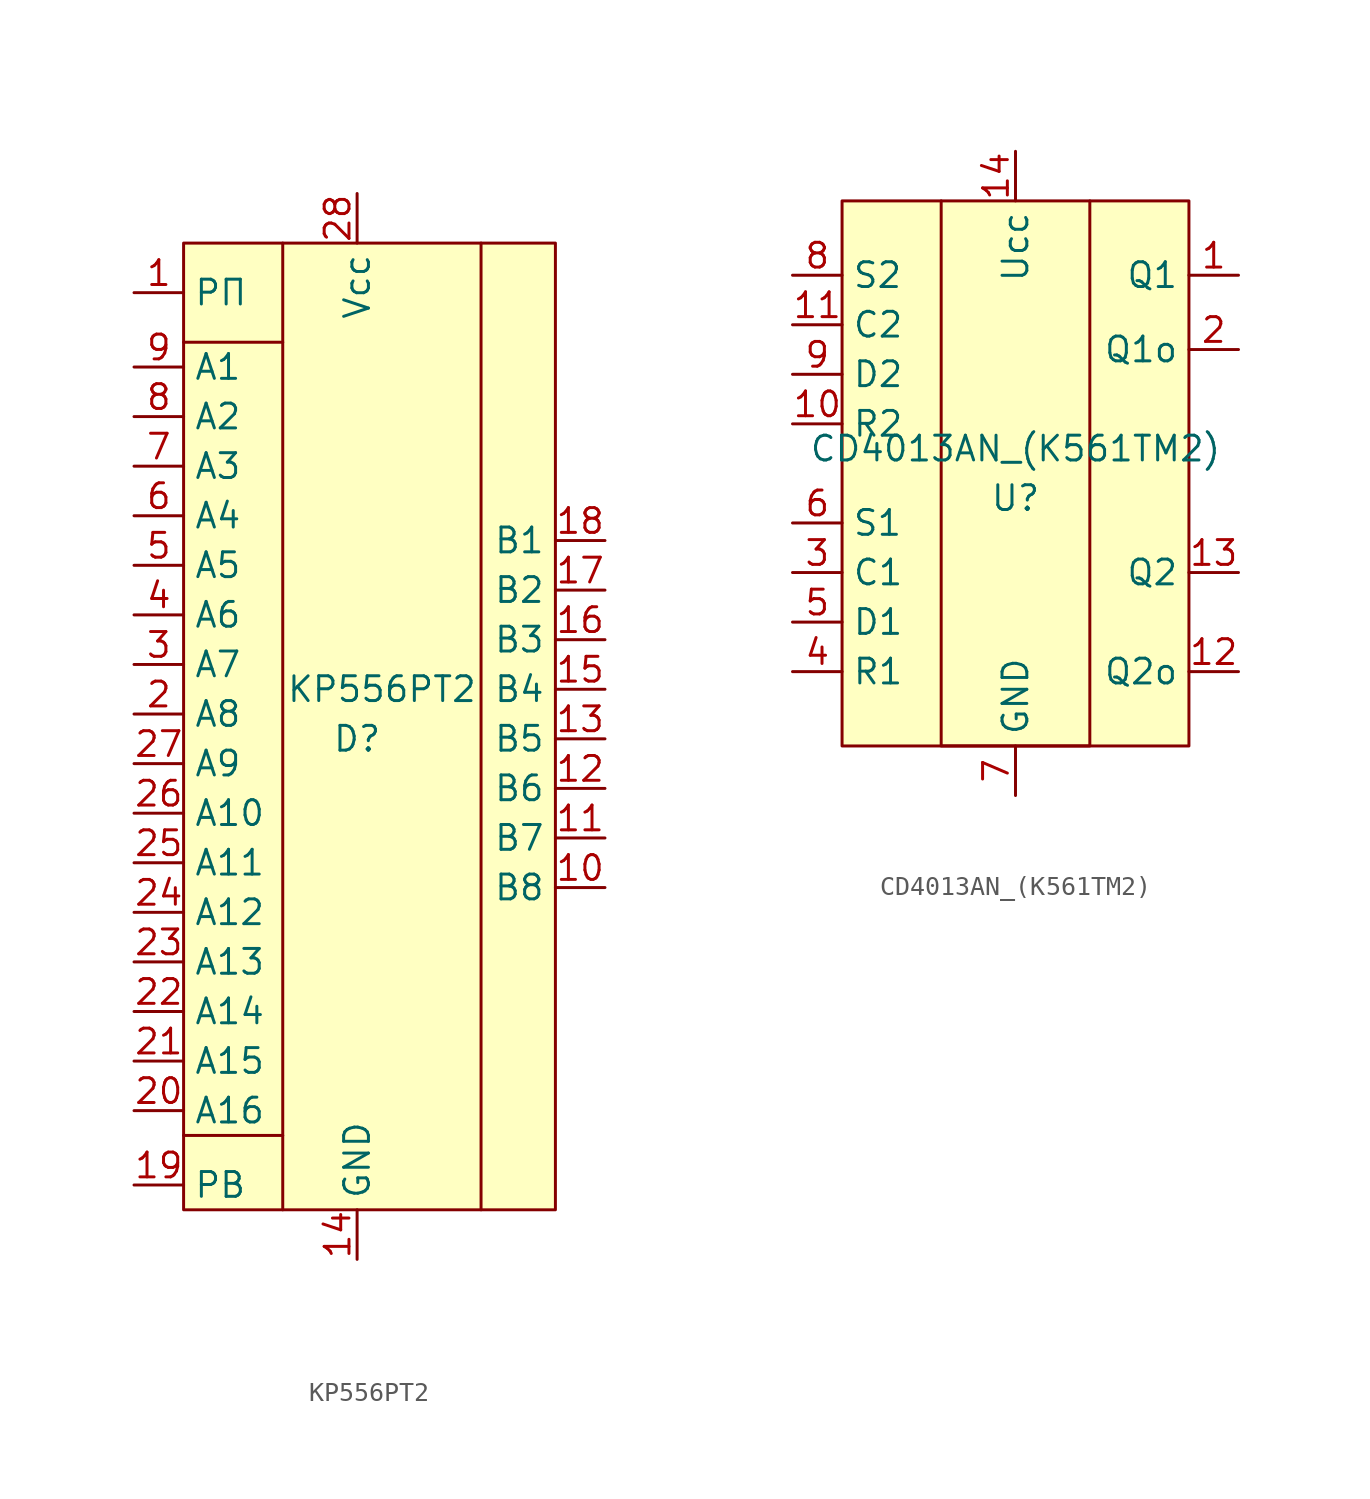
<source format=kicad_sym>
(kicad_symbol_lib
  (version 20211014)
  (generator kicad_symbol_editor)
  (symbol "КР556РТ2"
    (property "Reference" "D"
      (at 0 -1.27 0)
      (effects (font (size 1.27 1.27))))
    (property "Value" "КР556РТ2"
      (at 1.27 1.27 0)
      (effects (font (size 1.27 1.27))))
    (symbol "КР556РТ2_0_0"
      (pin input line (at -11.43 21.59 0) (length 2.54) (name "РП" (effects (font (size 1.27 1.27)))) (number "1" (effects (font (size 1.27 1.27)))))
      (pin output line (at 12.7 -8.89 180) (length 2.54) (name "В8" (effects (font (size 1.27 1.27)))) (number "10" (effects (font (size 1.27 1.27)))))
      (pin output line (at 12.7 -6.35 180) (length 2.54) (name "В7" (effects (font (size 1.27 1.27)))) (number "11" (effects (font (size 1.27 1.27)))))
      (pin output line (at 12.7 -3.81 180) (length 2.54) (name "В6" (effects (font (size 1.27 1.27)))) (number "12" (effects (font (size 1.27 1.27)))))
      (pin output line (at 12.7 -1.27 180) (length 2.54) (name "В5" (effects (font (size 1.27 1.27)))) (number "13" (effects (font (size 1.27 1.27)))))
      (pin power_in line (at 0 -27.94 90) (length 2.54) (name "GND" (effects (font (size 1.27 1.27)))) (number "14" (effects (font (size 1.27 1.27)))))
      (pin output line (at 12.7 1.27 180) (length 2.54) (name "В4" (effects (font (size 1.27 1.27)))) (number "15" (effects (font (size 1.27 1.27)))))
      (pin output line (at 12.7 3.81 180) (length 2.54) (name "В3" (effects (font (size 1.27 1.27)))) (number "16" (effects (font (size 1.27 1.27)))))
      (pin output line (at 12.7 6.35 180) (length 2.54) (name "В2" (effects (font (size 1.27 1.27)))) (number "17" (effects (font (size 1.27 1.27)))))
      (pin output line (at 12.7 8.89 180) (length 2.54) (name "В1" (effects (font (size 1.27 1.27)))) (number "18" (effects (font (size 1.27 1.27)))))
      (pin input line (at -11.43 -24.13 0) (length 2.54) (name "РВ" (effects (font (size 1.27 1.27)))) (number "19" (effects (font (size 1.27 1.27)))))
      (pin input line (at -11.43 0 0) (length 2.54) (name "А8" (effects (font (size 1.27 1.27)))) (number "2" (effects (font (size 1.27 1.27)))))
      (pin input line (at -11.43 -20.32 0) (length 2.54) (name "А16" (effects (font (size 1.27 1.27)))) (number "20" (effects (font (size 1.27 1.27)))))
      (pin input line (at -11.43 -17.78 0) (length 2.54) (name "А15" (effects (font (size 1.27 1.27)))) (number "21" (effects (font (size 1.27 1.27)))))
      (pin input line (at -11.43 -15.24 0) (length 2.54) (name "А14" (effects (font (size 1.27 1.27)))) (number "22" (effects (font (size 1.27 1.27)))))
      (pin input line (at -11.43 -12.7 0) (length 2.54) (name "А13" (effects (font (size 1.27 1.27)))) (number "23" (effects (font (size 1.27 1.27)))))
      (pin input line (at -11.43 -10.16 0) (length 2.54) (name "А12" (effects (font (size 1.27 1.27)))) (number "24" (effects (font (size 1.27 1.27)))))
      (pin input line (at -11.43 -7.62 0) (length 2.54) (name "А11" (effects (font (size 1.27 1.27)))) (number "25" (effects (font (size 1.27 1.27)))))
      (pin input line (at -11.43 -5.08 0) (length 2.54) (name "А10" (effects (font (size 1.27 1.27)))) (number "26" (effects (font (size 1.27 1.27)))))
      (pin input line (at -11.43 -2.54 0) (length 2.54) (name "А9" (effects (font (size 1.27 1.27)))) (number "27" (effects (font (size 1.27 1.27)))))
      (pin power_in line (at 0 26.67 270) (length 2.54) (name "Vcc" (effects (font (size 1.27 1.27)))) (number "28" (effects (font (size 1.27 1.27)))))
      (pin input line (at -11.43 2.54 0) (length 2.54) (name "А7" (effects (font (size 1.27 1.27)))) (number "3" (effects (font (size 1.27 1.27)))))
      (pin input line (at -11.43 5.08 0) (length 2.54) (name "А6" (effects (font (size 1.27 1.27)))) (number "4" (effects (font (size 1.27 1.27)))))
      (pin input line (at -11.43 7.62 0) (length 2.54) (name "А5" (effects (font (size 1.27 1.27)))) (number "5" (effects (font (size 1.27 1.27)))))
      (pin input line (at -11.43 10.16 0) (length 2.54) (name "А4" (effects (font (size 1.27 1.27)))) (number "6" (effects (font (size 1.27 1.27)))))
      (pin input line (at -11.43 12.7 0) (length 2.54) (name "А3" (effects (font (size 1.27 1.27)))) (number "7" (effects (font (size 1.27 1.27)))))
      (pin input line (at -11.43 15.24 0) (length 2.54) (name "А2" (effects (font (size 1.27 1.27)))) (number "8" (effects (font (size 1.27 1.27)))))
      (pin input line (at -11.43 17.78 0) (length 2.54) (name "А1" (effects (font (size 1.27 1.27)))) (number "9" (effects (font (size 1.27 1.27))))))
    (symbol "КР556РТ2_0_1"
      (rectangle (start -8.89 24.13) (end 10.16 -25.4) (stroke (width 0) (type default) (color 0 0 0 0)) (fill (type background)))
      (polyline (pts (xy -8.89 -21.59) (xy -3.81 -21.59)) (stroke (width 0) (type default) (color 0 0 0 0)) (fill (type none)))
      (polyline (pts (xy -8.89 19.05) (xy -3.81 19.05)) (stroke (width 0) (type default) (color 0 0 0 0)) (fill (type none)))
      (polyline (pts (xy -3.81 24.13) (xy -3.81 -25.4)) (stroke (width 0) (type default) (color 0 0 0 0)) (fill (type none)))
      (polyline (pts (xy 6.35 24.13) (xy 6.35 -25.4)) (stroke (width 0) (type default) (color 0 0 0 0)) (fill (type none)))))
  (symbol "СD4013АN_(К561ТМ2)"
    (property "Reference" "U"
      (at 0 0 0)
      (effects (font (size 1.27 1.27))))
    (property "Value" "СD4013АN_(К561ТМ2)"
      (at 0 2.54 0)
      (effects (font (size 1.27 1.27))))
    (symbol "СD4013АN_(К561ТМ2)_0_0"
      (pin output line (at 11.43 11.43 180) (length 2.54) (name "Q1" (effects (font (size 1.27 1.27)))) (number "1" (effects (font (size 1.27 1.27)))))
      (pin input line (at -11.43 3.81 0) (length 2.54) (name "R2" (effects (font (size 1.27 1.27)))) (number "10" (effects (font (size 1.27 1.27)))))
      (pin input line (at -11.43 8.89 0) (length 2.54) (name "C2" (effects (font (size 1.27 1.27)))) (number "11" (effects (font (size 1.27 1.27)))))
      (pin output line (at 11.43 -8.89 180) (length 2.54) (name "Q2o" (effects (font (size 1.27 1.27)))) (number "12" (effects (font (size 1.27 1.27)))))
      (pin output line (at 11.43 -3.81 180) (length 2.54) (name "Q2" (effects (font (size 1.27 1.27)))) (number "13" (effects (font (size 1.27 1.27)))))
      (pin power_in line (at 0 17.78 270) (length 2.54) (name "Ucc" (effects (font (size 1.27 1.27)))) (number "14" (effects (font (size 1.27 1.27)))))
      (pin output line (at 11.43 7.62 180) (length 2.54) (name "Q1o" (effects (font (size 1.27 1.27)))) (number "2" (effects (font (size 1.27 1.27)))))
      (pin input line (at -11.43 -3.81 0) (length 2.54) (name "C1" (effects (font (size 1.27 1.27)))) (number "3" (effects (font (size 1.27 1.27)))))
      (pin input line (at -11.43 -8.89 0) (length 2.54) (name "R1" (effects (font (size 1.27 1.27)))) (number "4" (effects (font (size 1.27 1.27)))))
      (pin input line (at -11.43 -6.35 0) (length 2.54) (name "D1" (effects (font (size 1.27 1.27)))) (number "5" (effects (font (size 1.27 1.27)))))
      (pin input line (at -11.43 -1.27 0) (length 2.54) (name "S1" (effects (font (size 1.27 1.27)))) (number "6" (effects (font (size 1.27 1.27)))))
      (pin power_in line (at 0 -15.24 90) (length 2.54) (name "GND" (effects (font (size 1.27 1.27)))) (number "7" (effects (font (size 1.27 1.27)))))
      (pin input line (at -11.43 11.43 0) (length 2.54) (name "S2" (effects (font (size 1.27 1.27)))) (number "8" (effects (font (size 1.27 1.27)))))
      (pin input line (at -11.43 6.35 0) (length 2.54) (name "D2" (effects (font (size 1.27 1.27)))) (number "9" (effects (font (size 1.27 1.27))))))
    (symbol "СD4013АN_(К561ТМ2)_0_1"
      (rectangle (start -8.89 15.24) (end 8.89 -12.7) (stroke (width 0) (type default) (color 0 0 0 0)) (fill (type background)))
      (polyline (pts (xy -3.81 15.24) (xy -3.81 -12.7) (xy 3.81 -12.7) (xy 3.81 15.24)) (stroke (width 0) (type default) (color 0 0 0 0)) (fill (type none))))))
</source>
